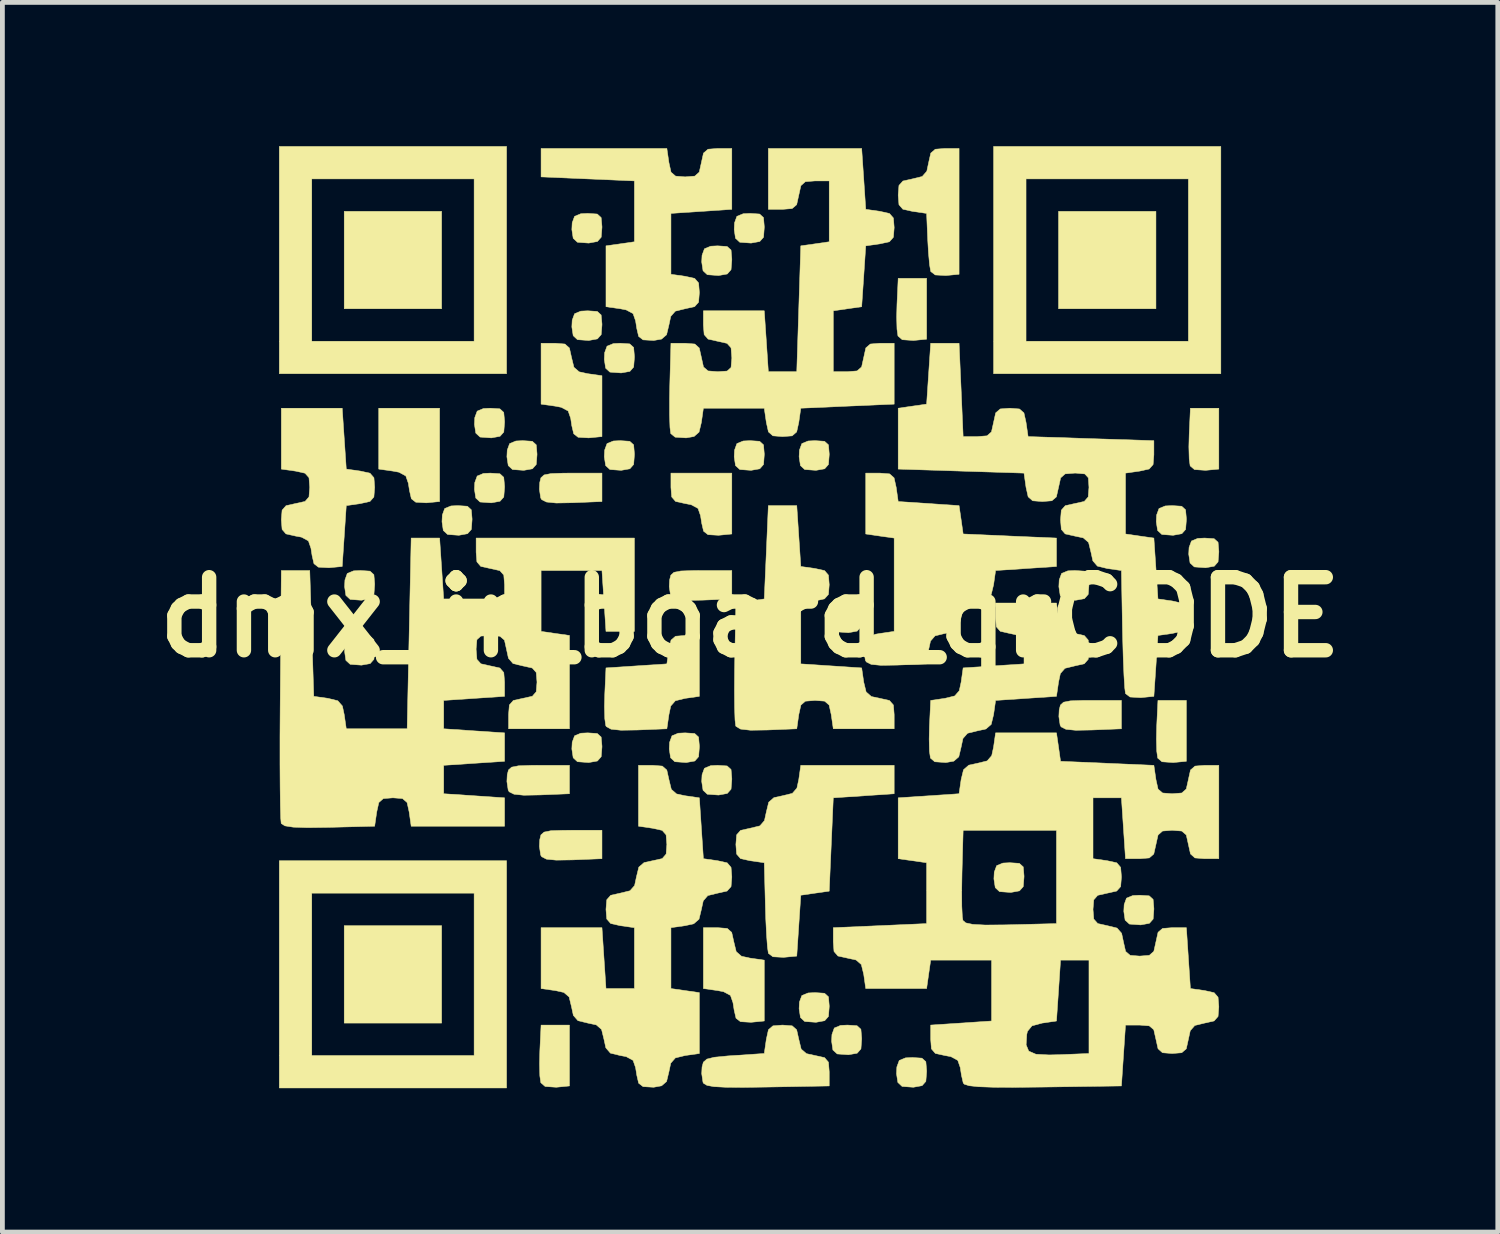
<source format=kicad_pcb>
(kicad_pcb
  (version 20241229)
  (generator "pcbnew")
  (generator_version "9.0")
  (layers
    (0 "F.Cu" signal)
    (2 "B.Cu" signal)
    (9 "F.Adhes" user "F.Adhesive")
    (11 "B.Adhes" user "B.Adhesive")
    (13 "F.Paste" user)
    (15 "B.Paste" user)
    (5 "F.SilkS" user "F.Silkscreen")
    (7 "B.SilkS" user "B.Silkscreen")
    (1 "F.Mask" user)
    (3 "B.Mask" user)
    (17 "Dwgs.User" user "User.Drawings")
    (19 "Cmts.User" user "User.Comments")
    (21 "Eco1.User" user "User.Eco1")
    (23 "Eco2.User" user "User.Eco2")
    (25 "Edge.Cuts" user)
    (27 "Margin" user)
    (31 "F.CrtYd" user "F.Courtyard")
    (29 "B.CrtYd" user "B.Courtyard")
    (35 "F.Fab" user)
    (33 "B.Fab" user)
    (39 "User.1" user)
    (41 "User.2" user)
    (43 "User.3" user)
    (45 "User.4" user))
  (footprint "dmx_ir_board_qrCODE"
    (layer "F.Cu")
    (at 12.598 9.826)
    (property "Reference" "dmx_ir_board_qrCODE" (at 0 0 0) (layer "F.SilkS") (effects (font (size 1.524 1.524) (thickness 0.3))))
    (attr through_hole)
    (fp_poly (pts (xy -6.435 -6.435) (xy -8.467 -6.435) (xy -8.467 -8.467) (xy -6.435 -8.467) (xy -6.435 -6.435)) (stroke (width 0.01) (type solid)) (fill yes) (layer "F.SilkS"))
    (fp_poly (pts (xy -6.435 8.467) (xy -8.467 8.467) (xy -8.467 6.435) (xy -6.435 6.435) (xy -6.435 8.467)) (stroke (width 0.01) (type solid)) (fill yes) (layer "F.SilkS"))
    (fp_poly (pts (xy 8.467 -6.435) (xy 6.435 -6.435) (xy 6.435 -8.467) (xy 8.467 -8.467) (xy 8.467 -6.435)) (stroke (width 0.01) (type solid)) (fill yes) (layer "F.SilkS"))
    (fp_poly (pts (xy -3.768 9.779) (xy -4.043 9.806) (xy -4.275 9.79) (xy -4.365 9.712) (xy -4.386 9.568) (xy -4.392 9.314) (xy -4.386 9.05) (xy -4.36 8.509) (xy -3.768 8.509) (xy -3.768 9.779)) (stroke (width 0.01) (type solid)) (fill yes) (layer "F.SilkS"))
    (fp_poly (pts (xy 3.683 -5.8) (xy 3.407 -5.773) (xy 3.175 -5.789) (xy 3.085 -5.867) (xy 3.065 -6.01) (xy 3.058 -6.264) (xy 3.065 -6.528) (xy 3.09 -7.07) (xy 3.683 -7.07) (xy 3.683 -5.8)) (stroke (width 0.01) (type solid)) (fill yes) (layer "F.SilkS"))
    (fp_poly (pts (xy 9.102 3.006) (xy 8.826 3.032) (xy 8.594 3.016) (xy 8.504 2.939) (xy 8.484 2.795) (xy 8.477 2.541) (xy 8.483 2.277) (xy 8.509 1.736) (xy 9.102 1.736) (xy 9.102 3.006)) (stroke (width 0.01) (type solid)) (fill yes) (layer "F.SilkS"))
    (fp_poly (pts (xy 9.779 -3.09) (xy 9.503 -3.064) (xy 9.271 -3.08) (xy 9.181 -3.157) (xy 9.161 -3.301) (xy 9.154 -3.555) (xy 9.161 -3.819) (xy 9.186 -4.36) (xy 9.779 -4.36) (xy 9.779 -3.09)) (stroke (width 0.01) (type solid)) (fill yes) (layer "F.SilkS"))
    (fp_poly (pts (xy -5.08 -5.08) (xy -9.821 -5.08) (xy -9.821 -9.144) (xy -9.144 -9.144) (xy -9.144 -5.757) (xy -5.757 -5.757) (xy -5.757 -9.144) (xy -9.144 -9.144) (xy -9.821 -9.144) (xy -9.821 -9.821) (xy -5.08 -9.821) (xy -5.08 -5.08)) (stroke (width 0.01) (type solid)) (fill yes) (layer "F.SilkS"))
    (fp_poly (pts (xy -5.08 9.821) (xy -9.821 9.821) (xy -9.821 5.757) (xy -9.144 5.757) (xy -9.144 9.144) (xy -5.757 9.144) (xy -5.757 5.757) (xy -9.144 5.757) (xy -9.821 5.757) (xy -9.821 5.08) (xy -5.08 5.08) (xy -5.08 9.821)) (stroke (width 0.01) (type solid)) (fill yes) (layer "F.SilkS"))
    (fp_poly (pts (xy 9.821 -5.08) (xy 5.08 -5.08) (xy 5.08 -9.144) (xy 5.757 -9.144) (xy 5.757 -5.757) (xy 9.144 -5.757) (xy 9.144 -9.144) (xy 5.757 -9.144) (xy 5.08 -9.144) (xy 5.08 -9.821) (xy 9.821 -9.821) (xy 9.821 -5.08)) (stroke (width 0.01) (type solid)) (fill yes) (layer "F.SilkS"))
    (fp_poly (pts (xy -6.477 -2.413) (xy -6.753 -2.386) (xy -6.974 -2.399) (xy -7.066 -2.471) (xy -7.105 -2.64) (xy -7.129 -2.794) (xy -7.182 -2.947) (xy -7.326 -3.025) (xy -7.451 -3.048) (xy -7.747 -3.09) (xy -7.747 -4.36) (xy -6.477 -4.36) (xy -6.477 -2.413)) (stroke (width 0.01) (type solid)) (fill yes) (layer "F.SilkS"))
    (fp_poly (pts (xy -7.929 -0.961) (xy -7.848 -0.887) (xy -7.832 -0.7) (xy -7.832 -0.677) (xy -7.847 -0.476) (xy -7.926 -0.387) (xy -8.107 -0.354) (xy -8.342 -0.371) (xy -8.432 -0.454) (xy -8.459 -0.637) (xy -8.452 -0.777) (xy -8.403 -0.913) (xy -8.272 -0.967) (xy -8.128 -0.974) (xy -7.929 -0.961)) (stroke (width 0.01) (type solid)) (fill yes) (layer "F.SilkS"))
    (fp_poly (pts (xy -7.929 0.394) (xy -7.848 0.468) (xy -7.832 0.655) (xy -7.832 0.677) (xy -7.847 0.878) (xy -7.926 0.968) (xy -8.107 1) (xy -8.342 0.983) (xy -8.432 0.901) (xy -8.459 0.717) (xy -8.452 0.578) (xy -8.403 0.442) (xy -8.272 0.388) (xy -8.128 0.381) (xy -7.929 0.394)) (stroke (width 0.01) (type solid)) (fill yes) (layer "F.SilkS"))
    (fp_poly (pts (xy -5.897 -2.315) (xy -5.816 -2.241) (xy -5.8 -2.055) (xy -5.8 -2.032) (xy -5.815 -1.831) (xy -5.894 -1.742) (xy -6.075 -1.709) (xy -6.31 -1.726) (xy -6.4 -1.809) (xy -6.427 -1.992) (xy -6.42 -2.132) (xy -6.371 -2.267) (xy -6.24 -2.321) (xy -6.096 -2.328) (xy -5.897 -2.315)) (stroke (width 0.01) (type solid)) (fill yes) (layer "F.SilkS"))
    (fp_poly (pts (xy -5.22 -4.347) (xy -5.139 -4.273) (xy -5.122 -4.087) (xy -5.122 -4.064) (xy -5.138 -3.863) (xy -5.217 -3.774) (xy -5.398 -3.741) (xy -5.633 -3.758) (xy -5.722 -3.841) (xy -5.75 -4.024) (xy -5.743 -4.164) (xy -5.693 -4.299) (xy -5.563 -4.353) (xy -5.419 -4.36) (xy -5.22 -4.347)) (stroke (width 0.01) (type solid)) (fill yes) (layer "F.SilkS"))
    (fp_poly (pts (xy -5.22 -2.993) (xy -5.139 -2.919) (xy -5.122 -2.732) (xy -5.122 -2.709) (xy -5.138 -2.508) (xy -5.217 -2.419) (xy -5.398 -2.386) (xy -5.633 -2.403) (xy -5.722 -2.486) (xy -5.75 -2.669) (xy -5.743 -2.809) (xy -5.693 -2.945) (xy -5.563 -2.999) (xy -5.419 -3.006) (xy -5.22 -2.993)) (stroke (width 0.01) (type solid)) (fill yes) (layer "F.SilkS"))
    (fp_poly (pts (xy -4.543 -3.67) (xy -4.461 -3.596) (xy -4.445 -3.409) (xy -4.445 -3.387) (xy -4.461 -3.186) (xy -4.54 -3.096) (xy -4.721 -3.064) (xy -4.956 -3.081) (xy -5.045 -3.163) (xy -5.073 -3.347) (xy -5.066 -3.486) (xy -5.016 -3.622) (xy -4.885 -3.676) (xy -4.741 -3.683) (xy -4.543 -3.67)) (stroke (width 0.01) (type solid)) (fill yes) (layer "F.SilkS"))
    (fp_poly (pts (xy -3.768 3.683) (xy -4.383 3.708) (xy -4.721 3.714) (xy -4.924 3.693) (xy -5.025 3.643) (xy -5.046 3.608) (xy -5.073 3.426) (xy -5.066 3.287) (xy -5.04 3.187) (xy -4.974 3.128) (xy -4.831 3.1) (xy -4.573 3.091) (xy -4.403 3.09) (xy -3.768 3.09) (xy -3.768 3.683)) (stroke (width 0.01) (type solid)) (fill yes) (layer "F.SilkS"))
    (fp_poly (pts (xy -3.188 -8.411) (xy -3.107 -8.337) (xy -3.09 -8.151) (xy -3.09 -8.128) (xy -3.106 -7.927) (xy -3.185 -7.838) (xy -3.366 -7.805) (xy -3.601 -7.822) (xy -3.69 -7.905) (xy -3.718 -8.088) (xy -3.711 -8.228) (xy -3.661 -8.363) (xy -3.531 -8.417) (xy -3.387 -8.424) (xy -3.188 -8.411)) (stroke (width 0.01) (type solid)) (fill yes) (layer "F.SilkS"))
    (fp_poly (pts (xy -3.188 -6.379) (xy -3.107 -6.305) (xy -3.09 -6.119) (xy -3.09 -6.096) (xy -3.106 -5.895) (xy -3.185 -5.806) (xy -3.366 -5.773) (xy -3.601 -5.79) (xy -3.69 -5.873) (xy -3.718 -6.056) (xy -3.711 -6.196) (xy -3.661 -6.331) (xy -3.531 -6.385) (xy -3.387 -6.392) (xy -3.188 -6.379)) (stroke (width 0.01) (type solid)) (fill yes) (layer "F.SilkS"))
    (fp_poly (pts (xy -3.188 2.426) (xy -3.107 2.5) (xy -3.09 2.687) (xy -3.09 2.709) (xy -3.106 2.91) (xy -3.185 3) (xy -3.366 3.032) (xy -3.601 3.015) (xy -3.69 2.933) (xy -3.718 2.749) (xy -3.711 2.61) (xy -3.661 2.474) (xy -3.531 2.42) (xy -3.387 2.413) (xy -3.188 2.426)) (stroke (width 0.01) (type solid)) (fill yes) (layer "F.SilkS"))
    (fp_poly (pts (xy -3.09 -2.413) (xy -3.705 -2.388) (xy -4.044 -2.382) (xy -4.247 -2.403) (xy -4.347 -2.453) (xy -4.368 -2.488) (xy -4.395 -2.67) (xy -4.388 -2.809) (xy -4.363 -2.909) (xy -4.297 -2.968) (xy -4.154 -2.996) (xy -3.896 -3.005) (xy -3.725 -3.006) (xy -3.09 -3.006) (xy -3.09 -2.413)) (stroke (width 0.01) (type solid)) (fill yes) (layer "F.SilkS"))
    (fp_poly (pts (xy -3.09 5.038) (xy -3.705 5.063) (xy -4.044 5.068) (xy -4.247 5.048) (xy -4.347 4.997) (xy -4.368 4.963) (xy -4.395 4.781) (xy -4.388 4.642) (xy -4.363 4.541) (xy -4.297 4.483) (xy -4.154 4.454) (xy -3.896 4.446) (xy -3.725 4.445) (xy -3.09 4.445) (xy -3.09 5.038)) (stroke (width 0.01) (type solid)) (fill yes) (layer "F.SilkS"))
    (fp_poly (pts (xy -2.511 -5.702) (xy -2.429 -5.628) (xy -2.413 -5.441) (xy -2.413 -5.419) (xy -2.429 -5.218) (xy -2.508 -5.128) (xy -2.689 -5.096) (xy -2.924 -5.113) (xy -3.013 -5.195) (xy -3.041 -5.379) (xy -3.034 -5.518) (xy -2.984 -5.654) (xy -2.853 -5.708) (xy -2.709 -5.715) (xy -2.511 -5.702)) (stroke (width 0.01) (type solid)) (fill yes) (layer "F.SilkS"))
    (fp_poly (pts (xy -2.511 -3.67) (xy -2.429 -3.596) (xy -2.413 -3.409) (xy -2.413 -3.387) (xy -2.429 -3.186) (xy -2.508 -3.096) (xy -2.689 -3.064) (xy -2.924 -3.081) (xy -3.013 -3.163) (xy -3.041 -3.347) (xy -3.034 -3.486) (xy -2.984 -3.622) (xy -2.853 -3.676) (xy -2.709 -3.683) (xy -2.511 -3.67)) (stroke (width 0.01) (type solid)) (fill yes) (layer "F.SilkS"))
    (fp_poly (pts (xy -1.156 2.426) (xy -1.075 2.5) (xy -1.058 2.687) (xy -1.058 2.709) (xy -1.074 2.91) (xy -1.153 3) (xy -1.334 3.032) (xy -1.569 3.015) (xy -1.658 2.933) (xy -1.686 2.749) (xy -1.679 2.61) (xy -1.629 2.474) (xy -1.499 2.42) (xy -1.355 2.413) (xy -1.156 2.426)) (stroke (width 0.01) (type solid)) (fill yes) (layer "F.SilkS"))
    (fp_poly (pts (xy -0.479 -7.734) (xy -0.397 -7.66) (xy -0.381 -7.473) (xy -0.381 -7.451) (xy -0.397 -7.25) (xy -0.476 -7.16) (xy -0.657 -7.128) (xy -0.892 -7.145) (xy -0.981 -7.227) (xy -1.009 -7.411) (xy -1.002 -7.55) (xy -0.952 -7.686) (xy -0.821 -7.74) (xy -0.677 -7.747) (xy -0.479 -7.734)) (stroke (width 0.01) (type solid)) (fill yes) (layer "F.SilkS"))
    (fp_poly (pts (xy -0.479 3.103) (xy -0.397 3.177) (xy -0.381 3.364) (xy -0.381 3.387) (xy -0.397 3.588) (xy -0.476 3.677) (xy -0.657 3.71) (xy -0.892 3.693) (xy -0.981 3.61) (xy -1.009 3.427) (xy -1.002 3.287) (xy -0.952 3.151) (xy -0.821 3.097) (xy -0.677 3.09) (xy -0.479 3.103)) (stroke (width 0.01) (type solid)) (fill yes) (layer "F.SilkS"))
    (fp_poly (pts (xy -0.381 -1.736) (xy -0.657 -1.709) (xy -0.878 -1.722) (xy -0.97 -1.794) (xy -1.009 -1.962) (xy -1.033 -2.117) (xy -1.086 -2.27) (xy -1.23 -2.347) (xy -1.355 -2.371) (xy -1.554 -2.415) (xy -1.635 -2.509) (xy -1.651 -2.709) (xy -1.651 -3.006) (xy -0.381 -3.006) (xy -0.381 -1.736)) (stroke (width 0.01) (type solid)) (fill yes) (layer "F.SilkS"))
    (fp_poly (pts (xy -0.381 -0.381) (xy -0.996 -0.356) (xy -1.334 -0.35) (xy -1.537 -0.371) (xy -1.638 -0.421) (xy -1.659 -0.456) (xy -1.686 -0.638) (xy -1.679 -0.777) (xy -1.653 -0.877) (xy -1.588 -0.936) (xy -1.445 -0.964) (xy -1.187 -0.973) (xy -1.016 -0.974) (xy -0.381 -0.974) (xy -0.381 -0.381)) (stroke (width 0.01) (type solid)) (fill yes) (layer "F.SilkS"))
    (fp_poly (pts (xy 0.199 -8.411) (xy 0.28 -8.337) (xy 0.296 -8.151) (xy 0.296 -8.128) (xy 0.281 -7.927) (xy 0.202 -7.838) (xy 0.021 -7.805) (xy -0.214 -7.822) (xy -0.304 -7.905) (xy -0.331 -8.088) (xy -0.324 -8.228) (xy -0.275 -8.363) (xy -0.144 -8.417) (xy 0 -8.424) (xy 0.199 -8.411)) (stroke (width 0.01) (type solid)) (fill yes) (layer "F.SilkS"))
    (fp_poly (pts (xy 0.199 -3.67) (xy 0.28 -3.596) (xy 0.296 -3.409) (xy 0.296 -3.387) (xy 0.281 -3.186) (xy 0.202 -3.096) (xy 0.021 -3.064) (xy -0.214 -3.081) (xy -0.304 -3.163) (xy -0.331 -3.347) (xy -0.324 -3.486) (xy -0.275 -3.622) (xy -0.144 -3.676) (xy 0 -3.683) (xy 0.199 -3.67)) (stroke (width 0.01) (type solid)) (fill yes) (layer "F.SilkS"))
    (fp_poly (pts (xy 1.553 -3.67) (xy 1.635 -3.596) (xy 1.651 -3.409) (xy 1.651 -3.387) (xy 1.635 -3.186) (xy 1.556 -3.096) (xy 1.375 -3.064) (xy 1.14 -3.081) (xy 1.051 -3.163) (xy 1.023 -3.347) (xy 1.03 -3.486) (xy 1.08 -3.622) (xy 1.211 -3.676) (xy 1.355 -3.683) (xy 1.553 -3.67)) (stroke (width 0.01) (type solid)) (fill yes) (layer "F.SilkS"))
    (fp_poly (pts (xy 1.553 7.845) (xy 1.635 7.919) (xy 1.651 8.105) (xy 1.651 8.128) (xy 1.635 8.329) (xy 1.556 8.418) (xy 1.375 8.451) (xy 1.14 8.434) (xy 1.051 8.351) (xy 1.023 8.168) (xy 1.03 8.028) (xy 1.08 7.893) (xy 1.211 7.839) (xy 1.355 7.832) (xy 1.553 7.845)) (stroke (width 0.01) (type solid)) (fill yes) (layer "F.SilkS"))
    (fp_poly (pts (xy 2.231 -0.283) (xy 2.312 -0.209) (xy 2.328 -0.023) (xy 2.328 0) (xy 2.313 0.201) (xy 2.234 0.29) (xy 2.053 0.323) (xy 1.818 0.306) (xy 1.728 0.223) (xy 1.701 0.04) (xy 1.708 -0.1) (xy 1.757 -0.235) (xy 1.888 -0.289) (xy 2.032 -0.296) (xy 2.231 -0.283)) (stroke (width 0.01) (type solid)) (fill yes) (layer "F.SilkS"))
    (fp_poly (pts (xy 2.231 8.522) (xy 2.312 8.596) (xy 2.328 8.783) (xy 2.328 8.805) (xy 2.313 9.006) (xy 2.234 9.096) (xy 2.053 9.128) (xy 1.818 9.111) (xy 1.728 9.029) (xy 1.701 8.845) (xy 1.708 8.706) (xy 1.757 8.57) (xy 1.888 8.516) (xy 2.032 8.509) (xy 2.231 8.522)) (stroke (width 0.01) (type solid)) (fill yes) (layer "F.SilkS"))
    (fp_poly (pts (xy 3.585 9.199) (xy 3.667 9.273) (xy 3.683 9.46) (xy 3.683 9.483) (xy 3.667 9.684) (xy 3.588 9.773) (xy 3.407 9.806) (xy 3.172 9.789) (xy 3.083 9.706) (xy 3.055 9.523) (xy 3.062 9.383) (xy 3.112 9.247) (xy 3.243 9.193) (xy 3.387 9.186) (xy 3.585 9.199)) (stroke (width 0.01) (type solid)) (fill yes) (layer "F.SilkS"))
    (fp_poly (pts (xy 5.617 5.135) (xy 5.699 5.209) (xy 5.715 5.396) (xy 5.715 5.419) (xy 5.699 5.62) (xy 5.62 5.709) (xy 5.439 5.742) (xy 5.204 5.725) (xy 5.115 5.642) (xy 5.087 5.459) (xy 5.094 5.319) (xy 5.144 5.183) (xy 5.275 5.129) (xy 5.419 5.122) (xy 5.617 5.135)) (stroke (width 0.01) (type solid)) (fill yes) (layer "F.SilkS"))
    (fp_poly (pts (xy 6.972 -0.961) (xy 7.053 -0.887) (xy 7.07 -0.7) (xy 7.07 -0.677) (xy 7.054 -0.476) (xy 6.975 -0.387) (xy 6.794 -0.354) (xy 6.559 -0.371) (xy 6.47 -0.454) (xy 6.442 -0.637) (xy 6.449 -0.777) (xy 6.499 -0.913) (xy 6.629 -0.967) (xy 6.773 -0.974) (xy 6.972 -0.961)) (stroke (width 0.01) (type solid)) (fill yes) (layer "F.SilkS"))
    (fp_poly (pts (xy 7.747 2.328) (xy 7.132 2.353) (xy 6.794 2.359) (xy 6.591 2.339) (xy 6.49 2.288) (xy 6.469 2.254) (xy 6.442 2.072) (xy 6.449 1.932) (xy 6.475 1.832) (xy 6.54 1.773) (xy 6.683 1.745) (xy 6.941 1.736) (xy 7.112 1.736) (xy 7.747 1.736) (xy 7.747 2.328)) (stroke (width 0.01) (type solid)) (fill yes) (layer "F.SilkS"))
    (fp_poly (pts (xy 8.327 5.813) (xy 8.408 5.887) (xy 8.424 6.073) (xy 8.424 6.096) (xy 8.409 6.297) (xy 8.33 6.386) (xy 8.149 6.419) (xy 7.914 6.402) (xy 7.824 6.319) (xy 7.797 6.136) (xy 7.804 5.996) (xy 7.853 5.861) (xy 7.984 5.807) (xy 8.128 5.8) (xy 8.327 5.813)) (stroke (width 0.01) (type solid)) (fill yes) (layer "F.SilkS"))
    (fp_poly (pts (xy 9.004 -2.315) (xy 9.085 -2.241) (xy 9.102 -2.055) (xy 9.102 -2.032) (xy 9.086 -1.831) (xy 9.007 -1.742) (xy 8.826 -1.709) (xy 8.591 -1.726) (xy 8.502 -1.809) (xy 8.474 -1.992) (xy 8.481 -2.132) (xy 8.531 -2.267) (xy 8.661 -2.321) (xy 8.805 -2.328) (xy 9.004 -2.315)) (stroke (width 0.01) (type solid)) (fill yes) (layer "F.SilkS"))
    (fp_poly (pts (xy 9.681 -1.638) (xy 9.763 -1.564) (xy 9.779 -1.377) (xy 9.779 -1.355) (xy 9.763 -1.154) (xy 9.684 -1.064) (xy 9.503 -1.032) (xy 9.268 -1.049) (xy 9.179 -1.131) (xy 9.151 -1.315) (xy 9.158 -1.454) (xy 9.208 -1.59) (xy 9.339 -1.644) (xy 9.483 -1.651) (xy 9.681 -1.638)) (stroke (width 0.01) (type solid)) (fill yes) (layer "F.SilkS"))
    (fp_poly (pts (xy -3.863 -5.699) (xy -3.769 -5.616) (xy -3.725 -5.419) (xy -3.675 -5.214) (xy -3.566 -5.119) (xy -3.387 -5.08) (xy -3.09 -5.038) (xy -3.09 -3.768) (xy -3.366 -3.741) (xy -3.587 -3.754) (xy -3.679 -3.826) (xy -3.719 -3.994) (xy -3.742 -4.149) (xy -3.795 -4.302) (xy -3.94 -4.379) (xy -4.064 -4.403) (xy -4.36 -4.445) (xy -4.36 -5.715) (xy -4.064 -5.715) (xy -3.863 -5.699)) (stroke (width 0.01) (type solid)) (fill yes) (layer "F.SilkS"))
    (fp_poly (pts (xy -0.476 6.493) (xy -0.383 6.576) (xy -0.339 6.773) (xy -0.289 6.978) (xy -0.179 7.073) (xy 0 7.112) (xy 0.296 7.154) (xy 0.296 8.424) (xy 0.021 8.451) (xy -0.2 8.438) (xy -0.293 8.366) (xy -0.332 8.198) (xy -0.356 8.043) (xy -0.409 7.89) (xy -0.553 7.813) (xy -0.677 7.789) (xy -0.974 7.747) (xy -0.974 6.477) (xy -0.677 6.477) (xy -0.476 6.493)) (stroke (width 0.01) (type solid)) (fill yes) (layer "F.SilkS"))
    (fp_poly (pts (xy -1.058 1.651) (xy -1.355 1.693) (xy -1.559 1.743) (xy -1.655 1.853) (xy -1.693 2.032) (xy -1.736 2.328) (xy -2.351 2.353) (xy -2.694 2.358) (xy -2.9 2.336) (xy -2.998 2.283) (xy -3.011 2.26) (xy -3.031 2.117) (xy -3.038 1.864) (xy -3.031 1.6) (xy -3.006 1.058) (xy -2.371 1.016) (xy -1.736 0.974) (xy -1.693 0.677) (xy -1.649 0.478) (xy -1.555 0.397) (xy -1.355 0.381) (xy -1.058 0.381) (xy -1.058 1.651)) (stroke (width 0.01) (type solid)) (fill yes) (layer "F.SilkS"))
    (fp_poly (pts (xy 4.36 -7.154) (xy 4.085 -7.128) (xy 3.863 -7.14) (xy 3.769 -7.212) (xy 3.745 -7.351) (xy 3.722 -7.601) (xy 3.706 -7.874) (xy 3.683 -8.424) (xy 3.387 -8.467) (xy 3.188 -8.511) (xy 3.106 -8.605) (xy 3.09 -8.805) (xy 3.106 -9.007) (xy 3.189 -9.1) (xy 3.387 -9.144) (xy 3.591 -9.194) (xy 3.687 -9.304) (xy 3.725 -9.483) (xy 3.77 -9.682) (xy 3.864 -9.763) (xy 4.064 -9.779) (xy 4.36 -9.779) (xy 4.36 -7.154)) (stroke (width 0.01) (type solid)) (fill yes) (layer "F.SilkS"))
    (fp_poly (pts (xy 0.879 8.525) (xy 0.972 8.608) (xy 1.016 8.805) (xy 1.066 9.01) (xy 1.176 9.105) (xy 1.355 9.144) (xy 1.554 9.188) (xy 1.635 9.283) (xy 1.651 9.483) (xy 1.651 9.779) (xy 0.358 9.802) (xy -0.15 9.809) (xy -0.513 9.806) (xy -0.755 9.793) (xy -0.898 9.767) (xy -0.968 9.726) (xy -0.982 9.703) (xy -1.009 9.522) (xy -1.002 9.383) (xy -0.974 9.282) (xy -0.9 9.218) (xy -0.745 9.18) (xy -0.47 9.153) (xy -0.339 9.144) (xy 0.296 9.102) (xy 0.339 8.805) (xy 0.383 8.606) (xy 0.477 8.525) (xy 0.677 8.509) (xy 0.879 8.525)) (stroke (width 0.01) (type solid)) (fill yes) (layer "F.SilkS"))
    (fp_poly (pts (xy -8.424 -3.09) (xy -8.128 -3.048) (xy -7.929 -3.004) (xy -7.847 -2.909) (xy -7.832 -2.709) (xy -7.848 -2.508) (xy -7.93 -2.415) (xy -8.128 -2.371) (xy -8.424 -2.328) (xy -8.509 -1.058) (xy -8.785 -1.032) (xy -9.006 -1.044) (xy -9.098 -1.116) (xy -9.137 -1.285) (xy -9.161 -1.439) (xy -9.214 -1.592) (xy -9.358 -1.67) (xy -9.483 -1.693) (xy -9.682 -1.738) (xy -9.763 -1.832) (xy -9.779 -2.032) (xy -9.763 -2.233) (xy -9.68 -2.327) (xy -9.483 -2.371) (xy -9.284 -2.415) (xy -9.202 -2.509) (xy -9.186 -2.709) (xy -9.202 -2.911) (xy -9.285 -3.004) (xy -9.483 -3.048) (xy -9.779 -3.09) (xy -9.779 -4.36) (xy -8.509 -4.36) (xy -8.424 -3.09)) (stroke (width 0.01) (type solid)) (fill yes) (layer "F.SilkS"))
    (fp_poly (pts (xy 3.006 3.683) (xy 1.736 3.768) (xy 1.651 5.715) (xy 1.355 5.757) (xy 1.058 5.8) (xy 1.016 6.435) (xy 0.974 7.07) (xy 0.698 7.096) (xy 0.477 7.084) (xy 0.382 7.012) (xy 0.363 6.884) (xy 0.344 6.629) (xy 0.327 6.286) (xy 0.319 6.011) (xy 0.296 5.122) (xy 0 5.08) (xy -0.199 5.036) (xy -0.281 4.941) (xy -0.296 4.741) (xy -0.28 4.54) (xy -0.198 4.447) (xy 0 4.403) (xy 0.205 4.353) (xy 0.3 4.243) (xy 0.339 4.064) (xy 0.389 3.859) (xy 0.498 3.764) (xy 0.677 3.725) (xy 0.882 3.675) (xy 0.977 3.566) (xy 1.016 3.387) (xy 1.058 3.09) (xy 3.006 3.09) (xy 3.006 3.683)) (stroke (width 0.01) (type solid)) (fill yes) (layer "F.SilkS"))
    (fp_poly (pts (xy 2.911 -2.99) (xy 3.004 -2.907) (xy 3.048 -2.709) (xy 3.09 -2.413) (xy 4.36 -2.328) (xy 4.403 -2.032) (xy 4.445 -1.736) (xy 5.419 -1.693) (xy 6.392 -1.651) (xy 6.392 -1.058) (xy 5.757 -1.016) (xy 5.122 -0.974) (xy 5.08 -0.677) (xy 5.03 -0.473) (xy 4.92 -0.377) (xy 4.741 -0.339) (xy 4.537 -0.289) (xy 4.441 -0.179) (xy 4.403 0) (xy 4.353 0.205) (xy 4.243 0.3) (xy 4.064 0.339) (xy 3.859 0.389) (xy 3.764 0.498) (xy 3.725 0.677) (xy 3.683 0.974) (xy 3.068 0.999) (xy 2.73 1.004) (xy 2.527 0.984) (xy 2.426 0.933) (xy 2.405 0.899) (xy 2.378 0.717) (xy 2.385 0.578) (xy 2.448 0.432) (xy 2.612 0.356) (xy 2.709 0.339) (xy 3.006 0.296) (xy 3.006 -1.651) (xy 2.709 -1.693) (xy 2.413 -1.736) (xy 2.413 -3.006) (xy 2.709 -3.006) (xy 2.911 -2.99)) (stroke (width 0.01) (type solid)) (fill yes) (layer "F.SilkS"))
    (fp_poly (pts (xy -1.693 -9.483) (xy -1.649 -9.284) (xy -1.555 -9.202) (xy -1.355 -9.186) (xy -1.153 -9.202) (xy -1.06 -9.285) (xy -1.016 -9.483) (xy -0.972 -9.682) (xy -0.877 -9.763) (xy -0.677 -9.779) (xy -0.381 -9.779) (xy -0.381 -8.509) (xy -1.651 -8.424) (xy -1.651 -7.154) (xy -1.355 -7.112) (xy -1.156 -7.068) (xy -1.074 -6.973) (xy -1.058 -6.773) (xy -1.074 -6.572) (xy -1.157 -6.479) (xy -1.355 -6.435) (xy -1.559 -6.385) (xy -1.655 -6.275) (xy -1.693 -6.096) (xy -1.742 -5.893) (xy -1.846 -5.802) (xy -2.011 -5.773) (xy -2.232 -5.786) (xy -2.325 -5.858) (xy -2.364 -6.026) (xy -2.388 -6.181) (xy -2.441 -6.334) (xy -2.585 -6.411) (xy -2.709 -6.435) (xy -3.006 -6.477) (xy -3.006 -7.747) (xy -2.709 -7.789) (xy -2.413 -7.832) (xy -2.413 -9.102) (xy -3.387 -9.144) (xy -4.36 -9.186) (xy -4.36 -9.779) (xy -1.736 -9.779) (xy -1.693 -9.483)) (stroke (width 0.01) (type solid)) (fill yes) (layer "F.SilkS"))
    (fp_poly (pts (xy 1.016 -1.693) (xy 1.058 -1.058) (xy 1.355 -1.016) (xy 1.554 -0.972) (xy 1.635 -0.877) (xy 1.651 -0.677) (xy 1.635 -0.476) (xy 1.552 -0.383) (xy 1.355 -0.339) (xy 1.058 -0.296) (xy 1.058 0.974) (xy 1.693 1.016) (xy 2.328 1.058) (xy 2.371 1.355) (xy 2.421 1.559) (xy 2.53 1.655) (xy 2.709 1.693) (xy 2.908 1.738) (xy 2.99 1.832) (xy 3.006 2.032) (xy 3.006 2.328) (xy 1.736 2.328) (xy 1.693 2.032) (xy 1.649 1.833) (xy 1.555 1.751) (xy 1.355 1.736) (xy 1.153 1.752) (xy 1.06 1.834) (xy 1.016 2.032) (xy 0.974 2.328) (xy 0.359 2.353) (xy 0.009 2.358) (xy -0.199 2.334) (xy -0.293 2.278) (xy -0.3 2.265) (xy -0.314 2.143) (xy -0.323 1.885) (xy -0.326 1.526) (xy -0.323 1.098) (xy -0.32 0.927) (xy -0.296 -0.296) (xy 0 -0.339) (xy 0.296 -0.381) (xy 0.339 -1.355) (xy 0.381 -2.328) (xy 0.974 -2.328) (xy 1.016 -1.693)) (stroke (width 0.01) (type solid)) (fill yes) (layer "F.SilkS"))
    (fp_poly (pts (xy 6.435 0) (xy 6.485 0.205) (xy 6.594 0.3) (xy 6.773 0.339) (xy 6.972 0.383) (xy 7.054 0.477) (xy 7.07 0.677) (xy 7.054 0.879) (xy 6.971 0.972) (xy 6.773 1.016) (xy 6.569 1.066) (xy 6.473 1.176) (xy 6.435 1.355) (xy 6.392 1.651) (xy 5.122 1.736) (xy 5.08 2.032) (xy 5.03 2.237) (xy 4.92 2.332) (xy 4.741 2.371) (xy 4.537 2.421) (xy 4.441 2.53) (xy 4.403 2.709) (xy 4.354 2.913) (xy 4.25 3.003) (xy 4.085 3.032) (xy 3.853 3.016) (xy 3.763 2.939) (xy 3.742 2.795) (xy 3.736 2.541) (xy 3.742 2.277) (xy 3.768 1.736) (xy 4.064 1.693) (xy 4.269 1.643) (xy 4.364 1.534) (xy 4.403 1.355) (xy 4.445 1.058) (xy 5.08 1.016) (xy 5.715 0.974) (xy 5.715 0.677) (xy 5.699 0.476) (xy 5.616 0.383) (xy 5.419 0.339) (xy 5.22 0.294) (xy 5.138 0.2) (xy 5.122 0) (xy 5.122 -0.296) (xy 6.392 -0.296) (xy 6.435 0)) (stroke (width 0.01) (type solid)) (fill yes) (layer "F.SilkS"))
    (fp_poly (pts (xy -1.831 3.106) (xy -1.737 3.189) (xy -1.693 3.387) (xy -1.643 3.591) (xy -1.534 3.687) (xy -1.355 3.725) (xy -1.058 3.768) (xy -1.016 4.403) (xy -0.974 5.038) (xy -0.677 5.08) (xy -0.478 5.124) (xy -0.397 5.219) (xy -0.381 5.419) (xy -0.397 5.62) (xy -0.48 5.713) (xy -0.677 5.757) (xy -0.882 5.807) (xy -0.977 5.917) (xy -1.016 6.096) (xy -1.066 6.301) (xy -1.176 6.396) (xy -1.355 6.435) (xy -1.651 6.477) (xy -1.651 7.747) (xy -1.058 7.832) (xy -1.058 9.102) (xy -1.355 9.144) (xy -1.559 9.194) (xy -1.655 9.304) (xy -1.693 9.483) (xy -1.742 9.686) (xy -1.846 9.776) (xy -2.011 9.806) (xy -2.232 9.793) (xy -2.325 9.721) (xy -2.364 9.552) (xy -2.388 9.398) (xy -2.441 9.245) (xy -2.585 9.167) (xy -2.709 9.144) (xy -2.914 9.094) (xy -3.009 8.984) (xy -3.048 8.805) (xy -3.098 8.601) (xy -3.208 8.505) (xy -3.387 8.467) (xy -3.591 8.417) (xy -3.687 8.307) (xy -3.725 8.128) (xy -3.775 7.923) (xy -3.885 7.828) (xy -4.064 7.789) (xy -4.36 7.747) (xy -4.36 6.477) (xy -3.09 6.477) (xy -3.048 7.112) (xy -3.006 7.747) (xy -2.413 7.747) (xy -2.413 6.477) (xy -2.709 6.435) (xy -2.908 6.39) (xy -2.99 6.296) (xy -3.006 6.096) (xy -2.99 5.895) (xy -2.907 5.801) (xy -2.709 5.757) (xy -2.505 5.707) (xy -2.409 5.598) (xy -2.371 5.419) (xy -2.321 5.214) (xy -2.211 5.119) (xy -2.032 5.08) (xy -1.833 5.036) (xy -1.751 4.941) (xy -1.736 4.741) (xy -1.752 4.54) (xy -1.834 4.447) (xy -2.032 4.403) (xy -2.328 4.36) (xy -2.328 3.09) (xy -2.032 3.09) (xy -1.831 3.106)) (stroke (width 0.01) (type solid)) (fill yes) (layer "F.SilkS"))
    (fp_poly (pts (xy 4.403 -4.741) (xy 4.445 -3.768) (xy 4.741 -3.768) (xy 4.943 -3.784) (xy 5.036 -3.866) (xy 5.08 -4.064) (xy 5.124 -4.263) (xy 5.219 -4.345) (xy 5.419 -4.36) (xy 5.62 -4.344) (xy 5.713 -4.262) (xy 5.757 -4.064) (xy 5.8 -3.768) (xy 7.112 -3.725) (xy 8.424 -3.683) (xy 8.424 -3.387) (xy 8.408 -3.185) (xy 8.326 -3.092) (xy 8.128 -3.048) (xy 7.832 -3.006) (xy 7.832 -1.736) (xy 8.128 -1.693) (xy 8.424 -1.651) (xy 8.467 -1.016) (xy 8.509 -0.381) (xy 8.805 -0.339) (xy 9.004 -0.294) (xy 9.086 -0.2) (xy 9.102 0) (xy 9.086 0.201) (xy 9.003 0.295) (xy 8.805 0.339) (xy 8.509 0.381) (xy 8.467 1.016) (xy 8.424 1.651) (xy 8.149 1.678) (xy 7.927 1.665) (xy 7.832 1.593) (xy 7.816 1.472) (xy 7.8 1.215) (xy 7.785 0.856) (xy 7.773 0.428) (xy 7.769 0.254) (xy 7.747 -0.974) (xy 7.451 -1.016) (xy 7.246 -1.066) (xy 7.151 -1.176) (xy 7.112 -1.355) (xy 7.062 -1.559) (xy 6.952 -1.655) (xy 6.773 -1.693) (xy 6.574 -1.738) (xy 6.493 -1.832) (xy 6.477 -2.032) (xy 6.493 -2.233) (xy 6.576 -2.327) (xy 6.773 -2.371) (xy 6.972 -2.415) (xy 7.054 -2.509) (xy 7.07 -2.709) (xy 7.057 -2.908) (xy 6.983 -2.989) (xy 6.796 -3.006) (xy 6.773 -3.006) (xy 6.572 -2.99) (xy 6.479 -2.907) (xy 6.435 -2.709) (xy 6.39 -2.51) (xy 6.296 -2.429) (xy 6.096 -2.413) (xy 5.895 -2.429) (xy 5.801 -2.512) (xy 5.757 -2.709) (xy 5.715 -3.006) (xy 4.403 -3.048) (xy 3.09 -3.09) (xy 3.09 -4.36) (xy 3.387 -4.403) (xy 3.683 -4.445) (xy 3.768 -5.715) (xy 4.36 -5.715) (xy 4.403 -4.741)) (stroke (width 0.01) (type solid)) (fill yes) (layer "F.SilkS"))
    (fp_poly (pts (xy 2.371 -9.144) (xy 2.413 -8.509) (xy 2.709 -8.467) (xy 2.908 -8.422) (xy 2.99 -8.328) (xy 3.006 -8.128) (xy 2.99 -7.927) (xy 2.907 -7.833) (xy 2.709 -7.789) (xy 2.413 -7.747) (xy 2.371 -7.112) (xy 2.328 -6.477) (xy 2.032 -6.435) (xy 1.736 -6.392) (xy 1.736 -5.122) (xy 2.032 -5.122) (xy 2.233 -5.138) (xy 2.327 -5.221) (xy 2.371 -5.419) (xy 2.415 -5.618) (xy 2.509 -5.699) (xy 2.709 -5.715) (xy 3.006 -5.715) (xy 3.006 -4.445) (xy 2.032 -4.403) (xy 1.058 -4.36) (xy 1.016 -4.064) (xy 0.972 -3.865) (xy 0.877 -3.783) (xy 0.677 -3.768) (xy 0.476 -3.784) (xy 0.383 -3.866) (xy 0.339 -4.064) (xy 0.296 -4.36) (xy -0.974 -4.36) (xy -1.016 -4.064) (xy -1.065 -3.861) (xy -1.169 -3.77) (xy -1.334 -3.741) (xy -1.563 -3.756) (xy -1.655 -3.831) (xy -1.671 -3.961) (xy -1.68 -4.219) (xy -1.68 -4.563) (xy -1.675 -4.832) (xy -1.651 -5.715) (xy -1.355 -5.715) (xy -1.153 -5.699) (xy -1.06 -5.616) (xy -1.016 -5.419) (xy -0.972 -5.22) (xy -0.877 -5.138) (xy -0.677 -5.122) (xy -0.479 -5.135) (xy -0.397 -5.209) (xy -0.381 -5.396) (xy -0.381 -5.419) (xy -0.397 -5.62) (xy -0.48 -5.713) (xy -0.677 -5.757) (xy -0.876 -5.802) (xy -0.958 -5.896) (xy -0.974 -6.096) (xy -0.974 -6.392) (xy 0.296 -6.392) (xy 0.339 -5.757) (xy 0.381 -5.122) (xy 0.974 -5.122) (xy 1.016 -6.435) (xy 1.058 -7.747) (xy 1.355 -7.789) (xy 1.651 -7.832) (xy 1.651 -9.102) (xy 1.355 -9.102) (xy 1.153 -9.086) (xy 1.06 -9.003) (xy 1.016 -8.805) (xy 0.972 -8.606) (xy 0.877 -8.525) (xy 0.677 -8.509) (xy 0.381 -8.509) (xy 0.381 -9.779) (xy 2.328 -9.779) (xy 2.371 -9.144)) (stroke (width 0.01) (type solid)) (fill yes) (layer "F.SilkS"))
    (fp_poly (pts (xy -6.392 -0.381) (xy -5.122 -0.381) (xy -5.122 -0.677) (xy -5.138 -0.879) (xy -5.221 -0.972) (xy -5.419 -1.016) (xy -5.618 -1.06) (xy -5.699 -1.155) (xy -5.715 -1.355) (xy -5.715 -1.651) (xy -2.413 -1.651) (xy -2.413 0.296) (xy -3.006 0.296) (xy -3.048 -0.339) (xy -3.09 -0.974) (xy -4.36 -0.974) (xy -4.36 0.296) (xy -4.064 0.339) (xy -3.768 0.381) (xy -3.768 2.328) (xy -5.038 2.328) (xy -5.038 2.032) (xy -5.022 1.831) (xy -4.939 1.737) (xy -4.741 1.693) (xy -4.542 1.649) (xy -4.461 1.555) (xy -4.445 1.355) (xy -4.461 1.153) (xy -4.544 1.06) (xy -4.741 1.016) (xy -4.946 0.966) (xy -5.041 0.856) (xy -5.08 0.677) (xy -5.124 0.478) (xy -5.219 0.397) (xy -5.419 0.381) (xy -5.617 0.394) (xy -5.699 0.468) (xy -5.715 0.655) (xy -5.715 0.677) (xy -5.699 0.879) (xy -5.616 0.972) (xy -5.419 1.016) (xy -5.22 1.06) (xy -5.138 1.155) (xy -5.122 1.355) (xy -5.122 1.651) (xy -6.392 1.736) (xy -6.392 2.328) (xy -5.757 2.371) (xy -5.122 2.413) (xy -5.122 3.006) (xy -5.757 3.048) (xy -6.392 3.09) (xy -6.392 3.683) (xy -5.122 3.768) (xy -5.122 4.36) (xy -7.07 4.36) (xy -7.112 4.064) (xy -7.156 3.865) (xy -7.251 3.783) (xy -7.451 3.768) (xy -7.652 3.784) (xy -7.745 3.866) (xy -7.789 4.064) (xy -7.832 4.36) (xy -8.786 4.384) (xy -9.23 4.39) (xy -9.529 4.38) (xy -9.704 4.353) (xy -9.779 4.305) (xy -9.782 4.299) (xy -9.792 4.189) (xy -9.799 3.932) (xy -9.804 3.55) (xy -9.807 3.063) (xy -9.807 2.493) (xy -9.803 1.863) (xy -9.801 1.608) (xy -9.779 -0.974) (xy -9.186 -0.974) (xy -9.144 0.339) (xy -9.102 1.651) (xy -8.805 1.693) (xy -8.601 1.743) (xy -8.505 1.853) (xy -8.467 2.032) (xy -8.424 2.328) (xy -7.154 2.328) (xy -7.112 0.339) (xy -7.07 -1.651) (xy -6.477 -1.651) (xy -6.392 -0.381)) (stroke (width 0.01) (type solid)) (fill yes) (layer "F.SilkS"))
    (fp_poly (pts (xy 6.435 2.709) (xy 6.477 3.006) (xy 7.451 3.048) (xy 8.424 3.09) (xy 8.467 3.387) (xy 8.511 3.586) (xy 8.605 3.667) (xy 8.805 3.683) (xy 9.007 3.667) (xy 9.1 3.584) (xy 9.144 3.387) (xy 9.188 3.188) (xy 9.283 3.106) (xy 9.483 3.09) (xy 9.779 3.09) (xy 9.779 5.038) (xy 9.483 5.038) (xy 9.281 5.022) (xy 9.188 4.939) (xy 9.144 4.741) (xy 9.1 4.542) (xy 9.005 4.461) (xy 8.805 4.445) (xy 8.604 4.461) (xy 8.511 4.544) (xy 8.467 4.741) (xy 8.422 4.94) (xy 8.328 5.022) (xy 8.128 5.038) (xy 7.832 5.038) (xy 7.747 3.768) (xy 7.154 3.768) (xy 7.154 5.038) (xy 7.451 5.08) (xy 7.65 5.124) (xy 7.731 5.219) (xy 7.747 5.419) (xy 7.731 5.62) (xy 7.648 5.713) (xy 7.451 5.757) (xy 7.252 5.802) (xy 7.17 5.896) (xy 7.154 6.096) (xy 7.17 6.297) (xy 7.253 6.391) (xy 7.451 6.435) (xy 7.655 6.485) (xy 7.751 6.594) (xy 7.789 6.773) (xy 7.834 6.972) (xy 7.928 7.054) (xy 8.128 7.07) (xy 8.329 7.054) (xy 8.423 6.971) (xy 8.467 6.773) (xy 8.511 6.574) (xy 8.605 6.493) (xy 8.805 6.477) (xy 9.102 6.477) (xy 9.144 7.112) (xy 9.186 7.747) (xy 9.483 7.789) (xy 9.682 7.834) (xy 9.763 7.928) (xy 9.779 8.128) (xy 9.763 8.329) (xy 9.68 8.423) (xy 9.483 8.467) (xy 9.278 8.517) (xy 9.183 8.626) (xy 9.144 8.805) (xy 9.1 9.004) (xy 9.005 9.086) (xy 8.805 9.102) (xy 8.604 9.086) (xy 8.511 9.003) (xy 8.467 8.805) (xy 8.422 8.606) (xy 8.328 8.525) (xy 8.128 8.509) (xy 7.832 8.509) (xy 7.747 9.779) (xy 6.115 9.802) (xy 5.52 9.808) (xy 5.077 9.806) (xy 4.765 9.795) (xy 4.569 9.774) (xy 4.469 9.742) (xy 4.447 9.717) (xy 4.409 9.552) (xy 4.386 9.398) (xy 4.333 9.245) (xy 4.188 9.167) (xy 4.064 9.144) (xy 3.865 9.1) (xy 3.783 9.005) (xy 3.777 8.921) (xy 5.759 8.921) (xy 5.813 9.052) (xy 5.963 9.117) (xy 6.237 9.132) (xy 6.455 9.127) (xy 7.07 9.102) (xy 7.07 7.154) (xy 6.477 7.154) (xy 6.435 7.789) (xy 6.392 8.424) (xy 6.096 8.467) (xy 5.881 8.525) (xy 5.786 8.641) (xy 5.772 8.706) (xy 5.759 8.921) (xy 3.777 8.921) (xy 3.768 8.805) (xy 3.768 8.509) (xy 4.403 8.467) (xy 5.038 8.424) (xy 5.038 7.154) (xy 3.768 7.154) (xy 3.725 7.451) (xy 3.683 7.747) (xy 2.413 7.747) (xy 2.371 7.451) (xy 2.321 7.246) (xy 2.211 7.151) (xy 2.032 7.112) (xy 1.833 7.068) (xy 1.751 6.973) (xy 1.736 6.773) (xy 1.736 6.477) (xy 2.709 6.435) (xy 3.683 6.392) (xy 3.683 5.707) (xy 4.415 5.707) (xy 4.417 6.029) (xy 4.428 6.251) (xy 4.44 6.326) (xy 4.499 6.377) (xy 4.645 6.408) (xy 4.904 6.422) (xy 5.299 6.419) (xy 5.438 6.416) (xy 6.392 6.392) (xy 6.392 4.445) (xy 4.445 4.445) (xy 4.421 5.328) (xy 4.415 5.707) (xy 3.683 5.707) (xy 3.683 5.122) (xy 3.387 5.08) (xy 3.09 5.038) (xy 3.09 3.768) (xy 4.36 3.683) (xy 4.403 3.387) (xy 4.453 3.182) (xy 4.562 3.087) (xy 4.741 3.048) (xy 4.946 2.998) (xy 5.041 2.888) (xy 5.08 2.709) (xy 5.122 2.413) (xy 6.392 2.413) (xy 6.435 2.709)) (stroke (width 0.01) (type solid)) (fill yes) (layer "F.SilkS")))
  (gr_rect
    (start -3 -3)
    (end 28.197 22.653)
    (stroke (width 0.1) (type default))
    (fill no)
    (layer "Edge.Cuts")))
</source>
